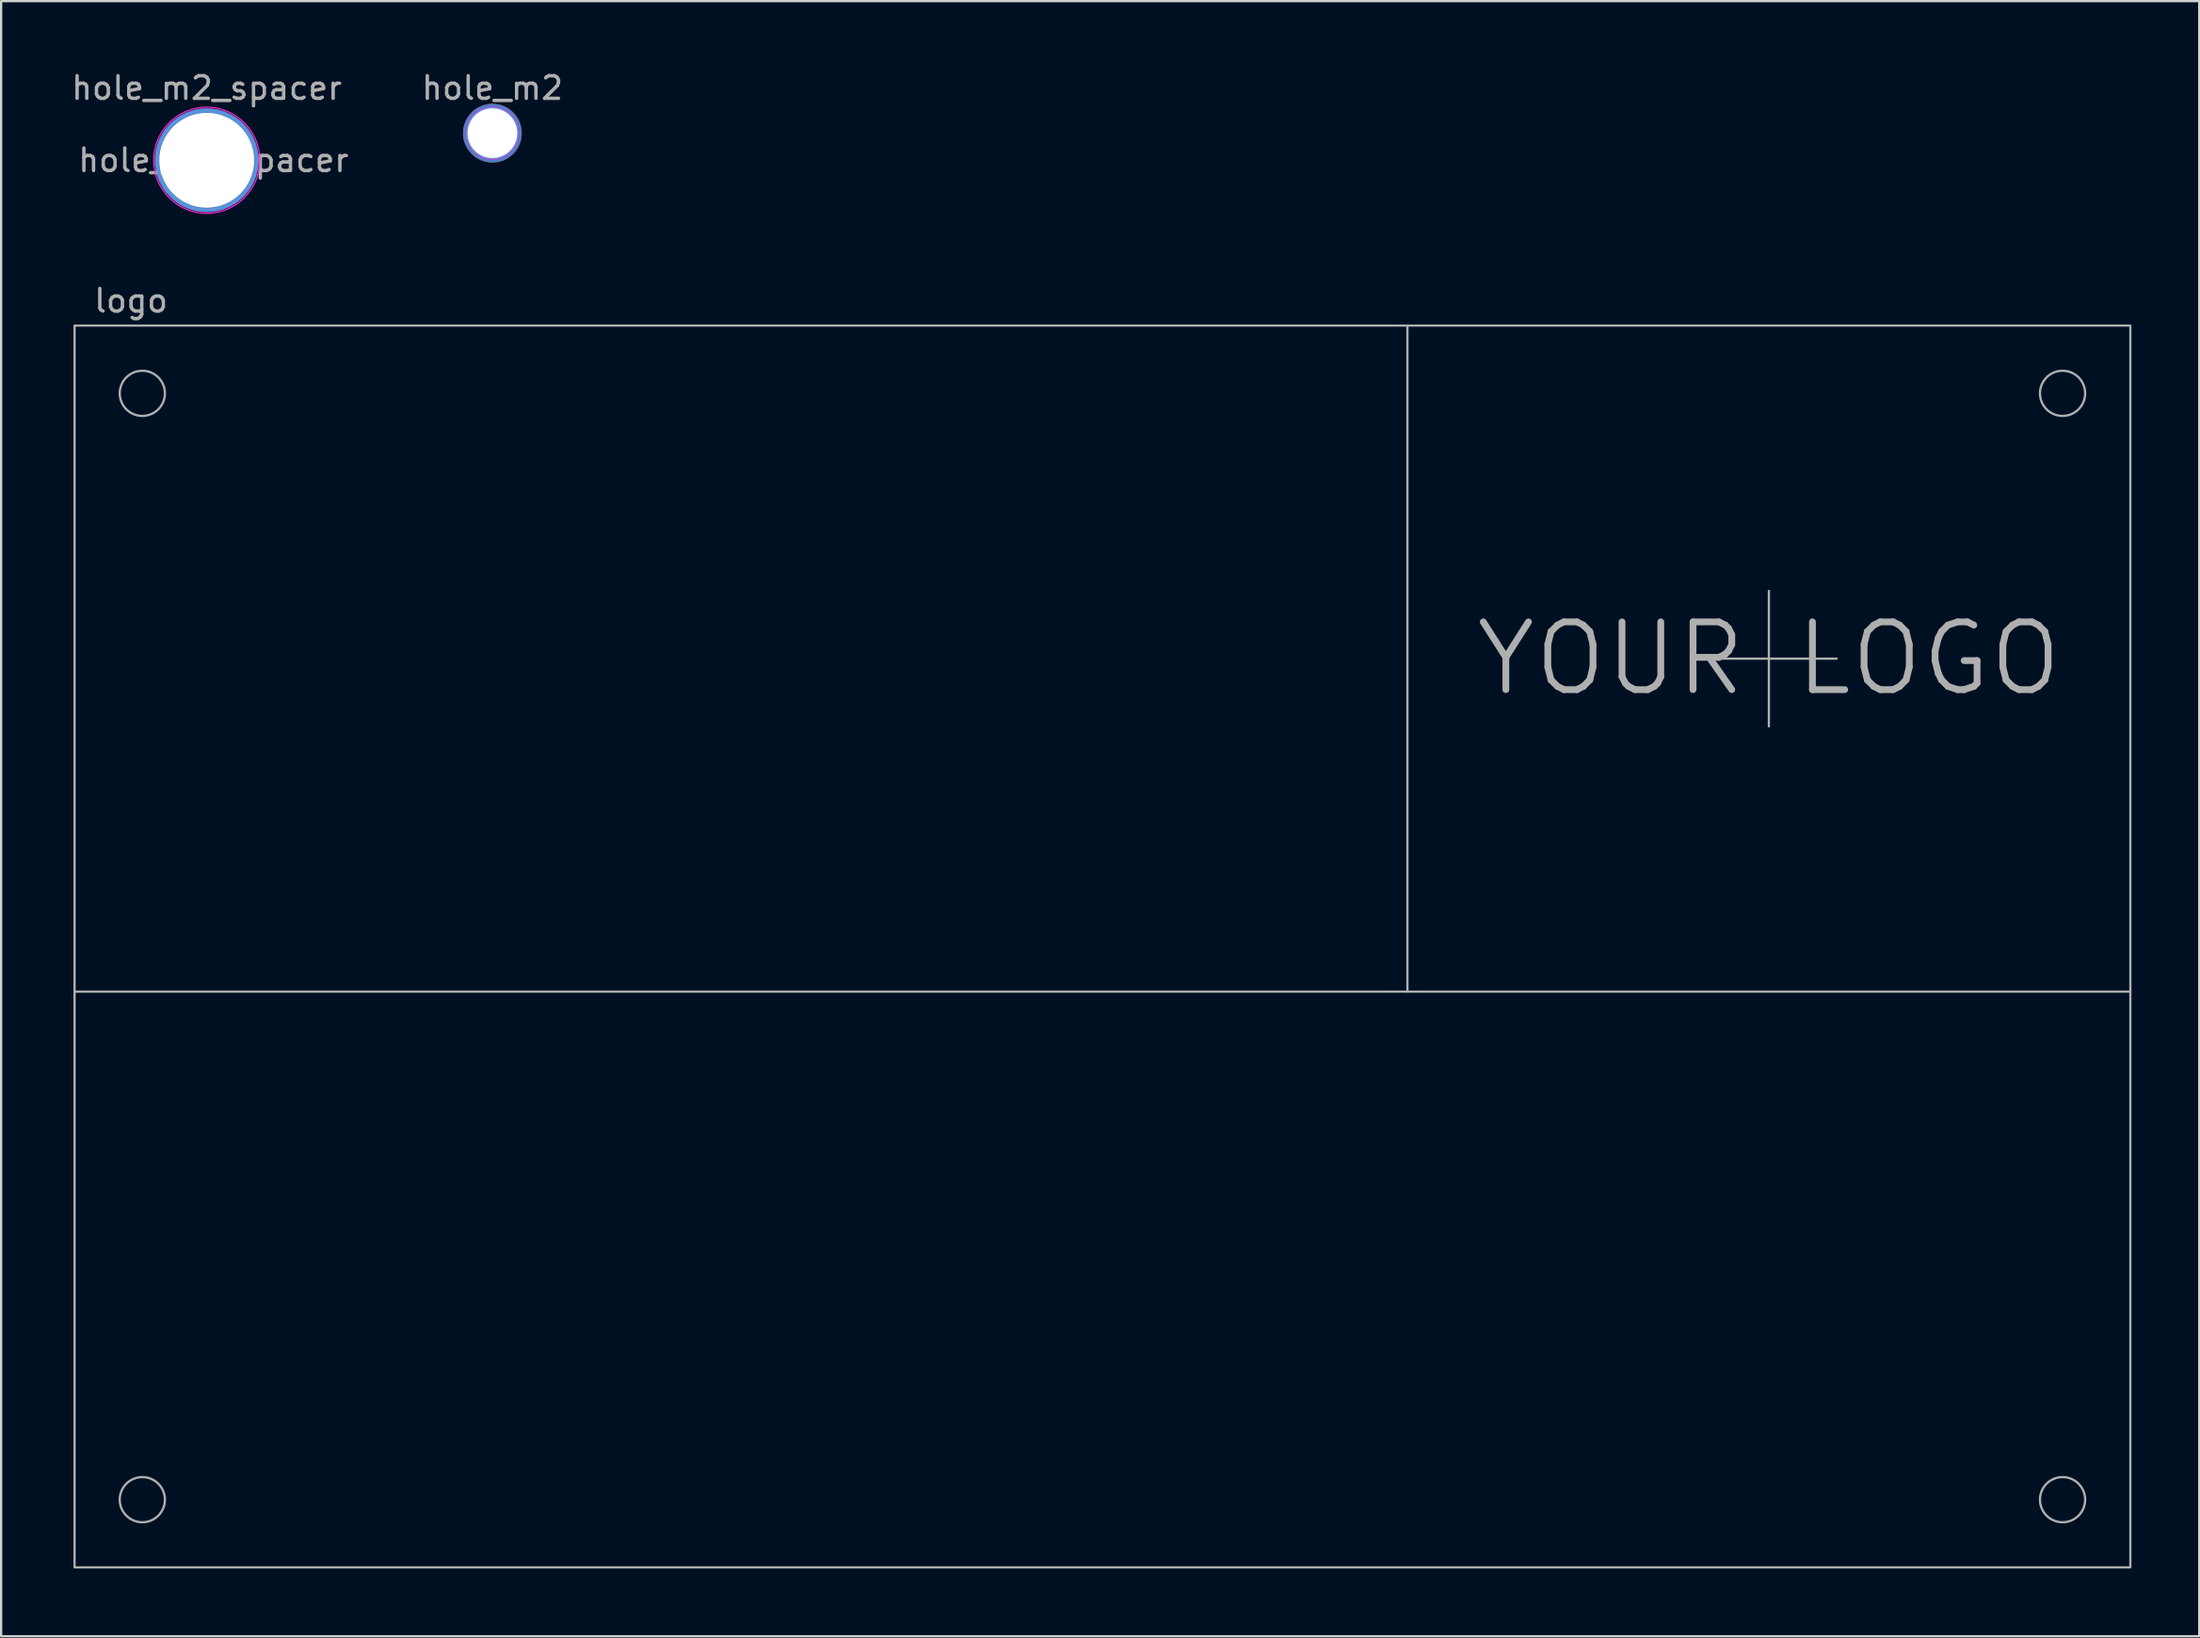
<source format=kicad_pcb>
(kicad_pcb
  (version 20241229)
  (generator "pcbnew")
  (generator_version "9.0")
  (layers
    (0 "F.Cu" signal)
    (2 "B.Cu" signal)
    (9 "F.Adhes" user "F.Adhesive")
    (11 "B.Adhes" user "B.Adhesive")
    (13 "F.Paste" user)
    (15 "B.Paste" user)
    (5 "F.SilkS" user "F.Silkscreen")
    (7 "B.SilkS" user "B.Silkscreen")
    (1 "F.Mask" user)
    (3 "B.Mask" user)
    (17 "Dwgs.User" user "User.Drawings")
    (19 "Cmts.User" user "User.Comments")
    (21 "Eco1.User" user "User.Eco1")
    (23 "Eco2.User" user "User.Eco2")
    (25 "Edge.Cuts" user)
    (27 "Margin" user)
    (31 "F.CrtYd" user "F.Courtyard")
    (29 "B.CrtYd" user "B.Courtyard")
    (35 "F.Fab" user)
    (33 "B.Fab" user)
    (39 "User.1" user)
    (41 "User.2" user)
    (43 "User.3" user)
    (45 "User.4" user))
  (footprint "hole_m2_spacer"
    (layer "F.Cu")
    (at 6.101 4.048)
    (property "Reference" "hole_m2_spacer" (at 0 -3.2 0) (layer "F.Fab") (effects (font (size 1 1) (thickness 0.15))))
    (attr exclude_from_pos_files exclude_from_bom)
    (fp_circle (center 0 0) (end 2.2 0) (stroke (width 0.15) (type solid)) (fill no) (layer "Cmts.User"))
    (fp_circle (center 0 0) (end 2.35 0) (stroke (width 0.05) (type solid)) (fill no) (layer "F.CrtYd"))
    (fp_text user "${REFERENCE}" (at 0.3 0 0) (layer "F.Fab") (effects (font (size 1 1) (thickness 0.15))))
    (pad "" thru_hole circle (at 0 0) (size 4.6 4.6) (drill 4.2) (layers "*.Cu" "*.Mask")))
  (footprint "logo"
    (layer "F.Cu")
    (at 0.25 11.371)
    (property "Reference" "logo" (at 2.5 -1.1 0) (unlocked yes) (layer "F.Fab") (effects (font (size 1 1) (thickness 0.15))))
    (attr exclude_from_pos_files exclude_from_bom)
    (fp_line (start 0 29.5) (end 91 29.5) (stroke (width 0.1) (type solid)) (layer "F.Fab"))
    (fp_line (start 59 29.5) (end 59 0) (stroke (width 0.1) (type solid)) (layer "F.Fab"))
    (fp_line (start 75 17.75) (end 75 11.75) (stroke (width 0.1) (type solid)) (layer "F.Fab"))
    (fp_line (start 78 14.75) (end 72 14.75) (stroke (width 0.1) (type solid)) (layer "F.Fab"))
    (fp_rect (start 0 0) (end 91 55) (stroke (width 0.1) (type solid)) (fill no) (layer "F.Fab"))
    (fp_circle (center 3 3) (end 4 3) (stroke (width 0.1) (type solid)) (fill no) (layer "F.Fab"))
    (fp_circle (center 3 52) (end 4 52) (stroke (width 0.1) (type solid)) (fill no) (layer "F.Fab"))
    (fp_circle (center 88 3) (end 89 3) (stroke (width 0.1) (type solid)) (fill no) (layer "F.Fab"))
    (fp_circle (center 88 52) (end 89 52) (stroke (width 0.1) (type solid)) (fill no) (layer "F.Fab"))
    (fp_text user "YOUR LOGO" (at 75 14.75 0) (unlocked yes) (layer "F.Fab") (effects (font (size 3 3) (thickness 0.3)))))
  (footprint "hole_m2"
    (layer "F.Cu")
    (at 18.746 2.848)
    (property "Reference" "hole_m2" (at 0 -2 0) (layer "F.Fab") (effects (font (size 1 1) (thickness 0.15))))
    (attr exclude_from_pos_files exclude_from_bom)
    (fp_circle (center 0 0) (end 1.1 0) (stroke (width 0.1) (type solid)) (fill no) (layer "Cmts.User"))
    (fp_circle (center 0 0) (end 1.15 0) (stroke (width 0.05) (type solid)) (fill no) (layer "F.CrtYd"))
    (pad "" thru_hole circle (at 0 0) (size 2.6 2.6) (drill 2.2) (layers "*.Cu" "*.Mask")))
  (gr_rect
    (start -3 -3)
    (end 94.3 69.421)
    (stroke (width 0.1) (type default))
    (fill no)
    (layer "Edge.Cuts")))
</source>
